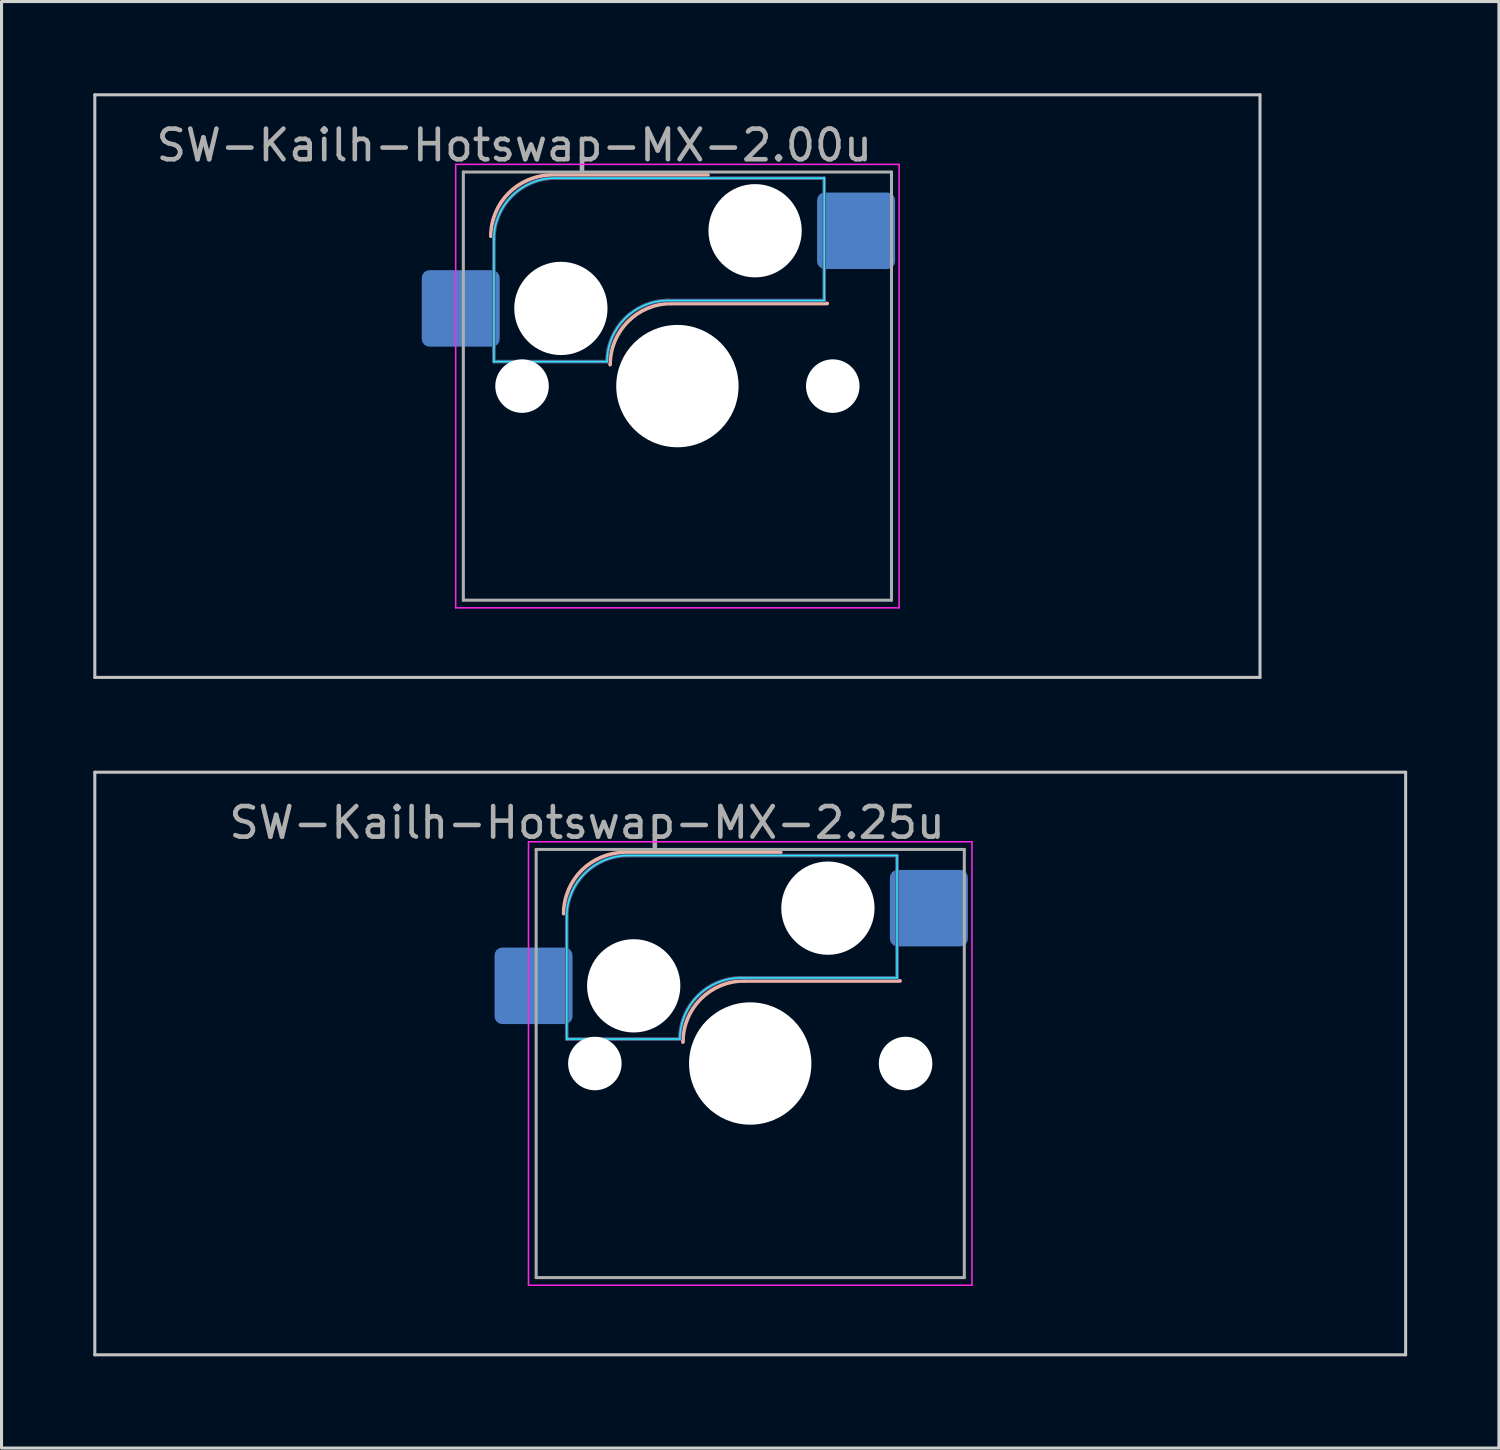
<source format=kicad_pcb>
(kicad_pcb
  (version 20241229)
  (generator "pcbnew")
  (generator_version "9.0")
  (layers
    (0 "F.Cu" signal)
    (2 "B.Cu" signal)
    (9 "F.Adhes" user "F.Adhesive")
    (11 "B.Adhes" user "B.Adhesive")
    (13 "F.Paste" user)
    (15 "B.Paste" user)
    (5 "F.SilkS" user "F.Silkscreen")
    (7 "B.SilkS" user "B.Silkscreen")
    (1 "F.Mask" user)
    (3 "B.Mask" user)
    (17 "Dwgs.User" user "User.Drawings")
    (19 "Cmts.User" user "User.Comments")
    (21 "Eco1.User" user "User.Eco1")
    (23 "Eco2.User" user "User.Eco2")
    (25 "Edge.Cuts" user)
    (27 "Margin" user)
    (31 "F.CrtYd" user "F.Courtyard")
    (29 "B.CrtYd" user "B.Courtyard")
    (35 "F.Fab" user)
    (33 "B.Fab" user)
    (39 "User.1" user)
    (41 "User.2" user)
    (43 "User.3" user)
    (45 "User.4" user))
  (footprint "SW-Kailh-Hotswap-MX-2.25u"
    (layer "F.Cu")
    (at 21.481 31.725)
    (property "Reference" "SW-Kailh-Hotswap-MX-2.25u" (at -5.334 -7.874 0) (layer "F.Fab") (effects (font (size 1 1) (thickness 0.15))))
    (attr smd)
    (fp_line (start -4.1 -6.9) (end 1 -6.9) (stroke (width 0.12) (type solid)) (layer "B.SilkS"))
    (fp_line (start -0.2 -2.7) (end 4.9 -2.7) (stroke (width 0.12) (type solid)) (layer "B.SilkS"))
    (fp_arc (start -6.1 -4.9) (mid -5.514214 -6.314214) (end -4.1 -6.9) (stroke (width 0.12) (type solid)) (layer "B.SilkS"))
    (fp_arc (start -2.2 -0.7) (mid -1.614214 -2.114214) (end -0.2 -2.7) (stroke (width 0.12) (type solid)) (layer "B.SilkS"))
    (fp_line (start -21.431 -9.525) (end -21.431 9.525) (stroke (width 0.1) (type solid)) (layer "Dwgs.User"))
    (fp_line (start -21.431 9.525) (end 21.431 9.525) (stroke (width 0.1) (type solid)) (layer "Dwgs.User"))
    (fp_line (start 21.431 -9.525) (end -21.431 -9.525) (stroke (width 0.1) (type solid)) (layer "Dwgs.User"))
    (fp_line (start 21.431 9.525) (end 21.431 -9.525) (stroke (width 0.1) (type solid)) (layer "Dwgs.User"))
    (fp_line (start -7.8 -6) (end -7 -6) (stroke (width 0.1) (type solid)) (layer "Eco1.User"))
    (fp_line (start -7.8 -2.9) (end -7.8 -6) (stroke (width 0.1) (type solid)) (layer "Eco1.User"))
    (fp_line (start -7.8 2.9) (end -7 2.9) (stroke (width 0.1) (type solid)) (layer "Eco1.User"))
    (fp_line (start -7.8 6) (end -7.8 2.9) (stroke (width 0.1) (type solid)) (layer "Eco1.User"))
    (fp_line (start -7 -7) (end 7 -7) (stroke (width 0.1) (type solid)) (layer "Eco1.User"))
    (fp_line (start -7 -6) (end -7 -7) (stroke (width 0.1) (type solid)) (layer "Eco1.User"))
    (fp_line (start -7 -2.9) (end -7.8 -2.9) (stroke (width 0.1) (type solid)) (layer "Eco1.User"))
    (fp_line (start -7 2.9) (end -7 -2.9) (stroke (width 0.1) (type solid)) (layer "Eco1.User"))
    (fp_line (start -7 6) (end -7.8 6) (stroke (width 0.1) (type solid)) (layer "Eco1.User"))
    (fp_line (start -7 7) (end -7 6) (stroke (width 0.1) (type solid)) (layer "Eco1.User"))
    (fp_line (start 7 -7) (end 7 -6) (stroke (width 0.1) (type solid)) (layer "Eco1.User"))
    (fp_line (start 7 -6) (end 7.8 -6) (stroke (width 0.1) (type solid)) (layer "Eco1.User"))
    (fp_line (start 7 -2.9) (end 7 2.9) (stroke (width 0.1) (type solid)) (layer "Eco1.User"))
    (fp_line (start 7 2.9) (end 7.8 2.9) (stroke (width 0.1) (type solid)) (layer "Eco1.User"))
    (fp_line (start 7 6) (end 7 7) (stroke (width 0.1) (type solid)) (layer "Eco1.User"))
    (fp_line (start 7 7) (end -7 7) (stroke (width 0.1) (type solid)) (layer "Eco1.User"))
    (fp_line (start 7.8 -6) (end 7.8 -2.9) (stroke (width 0.1) (type solid)) (layer "Eco1.User"))
    (fp_line (start 7.8 -2.9) (end 7 -2.9) (stroke (width 0.1) (type solid)) (layer "Eco1.User"))
    (fp_line (start 7.8 2.9) (end 7.8 6) (stroke (width 0.1) (type solid)) (layer "Eco1.User"))
    (fp_line (start 7.8 6) (end 7 6) (stroke (width 0.1) (type solid)) (layer "Eco1.User"))
    (fp_line (start -6 -0.8) (end -6 -4.8) (stroke (width 0.05) (type solid)) (layer "B.CrtYd"))
    (fp_line (start -6 -0.8) (end -2.3 -0.8) (stroke (width 0.05) (type solid)) (layer "B.CrtYd"))
    (fp_line (start -4 -6.8) (end 4.8 -6.8) (stroke (width 0.05) (type solid)) (layer "B.CrtYd"))
    (fp_line (start -0.3 -2.8) (end 4.8 -2.8) (stroke (width 0.05) (type solid)) (layer "B.CrtYd"))
    (fp_line (start 4.8 -6.8) (end 4.8 -2.8) (stroke (width 0.05) (type solid)) (layer "B.CrtYd"))
    (fp_arc (start -6 -4.8) (mid -5.414214 -6.214214) (end -4 -6.8) (stroke (width 0.05) (type solid)) (layer "B.CrtYd"))
    (fp_arc (start -2.3 -0.8) (mid -1.714214 -2.214214) (end -0.3 -2.8) (stroke (width 0.05) (type solid)) (layer "B.CrtYd"))
    (fp_line (start -7.25 -7.25) (end -7.25 7.25) (stroke (width 0.05) (type solid)) (layer "F.CrtYd"))
    (fp_line (start -7.25 7.25) (end 7.25 7.25) (stroke (width 0.05) (type solid)) (layer "F.CrtYd"))
    (fp_line (start 7.25 -7.25) (end -7.25 -7.25) (stroke (width 0.05) (type solid)) (layer "F.CrtYd"))
    (fp_line (start 7.25 7.25) (end 7.25 -7.25) (stroke (width 0.05) (type solid)) (layer "F.CrtYd"))
    (fp_line (start -6 -0.8) (end -6 -4.8) (stroke (width 0.12) (type solid)) (layer "B.Fab"))
    (fp_line (start -6 -0.8) (end -2.3 -0.8) (stroke (width 0.12) (type solid)) (layer "B.Fab"))
    (fp_line (start -4 -6.8) (end 4.8 -6.8) (stroke (width 0.12) (type solid)) (layer "B.Fab"))
    (fp_line (start -0.3 -2.8) (end 4.8 -2.8) (stroke (width 0.12) (type solid)) (layer "B.Fab"))
    (fp_line (start 4.8 -6.8) (end 4.8 -2.8) (stroke (width 0.12) (type solid)) (layer "B.Fab"))
    (fp_arc (start -6 -4.8) (mid -5.414214 -6.214214) (end -4 -6.8) (stroke (width 0.12) (type solid)) (layer "B.Fab"))
    (fp_arc (start -2.3 -0.8) (mid -1.714214 -2.214214) (end -0.3 -2.8) (stroke (width 0.12) (type solid)) (layer "B.Fab"))
    (fp_line (start -7 -7) (end -7 7) (stroke (width 0.1) (type solid)) (layer "F.Fab"))
    (fp_line (start -7 7) (end 7 7) (stroke (width 0.1) (type solid)) (layer "F.Fab"))
    (fp_line (start 7 -7) (end -7 -7) (stroke (width 0.1) (type solid)) (layer "F.Fab"))
    (fp_line (start 7 7) (end 7 -7) (stroke (width 0.1) (type solid)) (layer "F.Fab"))
    (pad "" np_thru_hole circle (at -5.08 0) (size 1.75 1.75) (drill 1.75) (layers "*.Cu" "*.Mask"))
    (pad "" np_thru_hole circle (at -3.81 -2.54) (size 3.05 3.05) (drill 3.05) (layers "*.Cu" "*.Mask"))
    (pad "" np_thru_hole circle (at 0 0) (size 4 4) (drill 4) (layers "*.Cu" "*.Mask"))
    (pad "" np_thru_hole circle (at 2.54 -5.08) (size 3.05 3.05) (drill 3.05) (layers "*.Cu" "*.Mask"))
    (pad "" np_thru_hole circle (at 5.08 0) (size 1.75 1.75) (drill 1.75) (layers "*.Cu" "*.Mask"))
    (pad "1" smd roundrect (at -7.085 -2.54) (size 2.55 2.5) (layers "B.Cu" "B.Mask" "B.Paste") (roundrect_rratio 0.1))
    (pad "2" smd roundrect (at 5.842 -5.08) (size 2.55 2.5) (layers "B.Cu" "B.Mask" "B.Paste") (roundrect_rratio 0.1)))
  (footprint "SW-Kailh-Hotswap-MX-2.00u"
    (layer "F.Cu")
    (at 19.1 9.575)
    (property "Reference" "SW-Kailh-Hotswap-MX-2.00u" (at -5.334 -7.874 0) (layer "F.Fab") (effects (font (size 1 1) (thickness 0.15))))
    (attr smd)
    (fp_line (start -4.1 -6.9) (end 1 -6.9) (stroke (width 0.12) (type solid)) (layer "B.SilkS"))
    (fp_line (start -0.2 -2.7) (end 4.9 -2.7) (stroke (width 0.12) (type solid)) (layer "B.SilkS"))
    (fp_arc (start -6.1 -4.9) (mid -5.514214 -6.314214) (end -4.1 -6.9) (stroke (width 0.12) (type solid)) (layer "B.SilkS"))
    (fp_arc (start -2.2 -0.7) (mid -1.614214 -2.114214) (end -0.2 -2.7) (stroke (width 0.12) (type solid)) (layer "B.SilkS"))
    (fp_line (start -19.05 -9.525) (end -19.05 9.525) (stroke (width 0.1) (type solid)) (layer "Dwgs.User"))
    (fp_line (start -19.05 9.525) (end 19.05 9.525) (stroke (width 0.1) (type solid)) (layer "Dwgs.User"))
    (fp_line (start 19.05 -9.525) (end -19.05 -9.525) (stroke (width 0.1) (type solid)) (layer "Dwgs.User"))
    (fp_line (start 19.05 9.525) (end 19.05 -9.525) (stroke (width 0.1) (type solid)) (layer "Dwgs.User"))
    (fp_line (start -7.8 -6) (end -7 -6) (stroke (width 0.1) (type solid)) (layer "Eco1.User"))
    (fp_line (start -7.8 -2.9) (end -7.8 -6) (stroke (width 0.1) (type solid)) (layer "Eco1.User"))
    (fp_line (start -7.8 2.9) (end -7 2.9) (stroke (width 0.1) (type solid)) (layer "Eco1.User"))
    (fp_line (start -7.8 6) (end -7.8 2.9) (stroke (width 0.1) (type solid)) (layer "Eco1.User"))
    (fp_line (start -7 -7) (end 7 -7) (stroke (width 0.1) (type solid)) (layer "Eco1.User"))
    (fp_line (start -7 -6) (end -7 -7) (stroke (width 0.1) (type solid)) (layer "Eco1.User"))
    (fp_line (start -7 -2.9) (end -7.8 -2.9) (stroke (width 0.1) (type solid)) (layer "Eco1.User"))
    (fp_line (start -7 2.9) (end -7 -2.9) (stroke (width 0.1) (type solid)) (layer "Eco1.User"))
    (fp_line (start -7 6) (end -7.8 6) (stroke (width 0.1) (type solid)) (layer "Eco1.User"))
    (fp_line (start -7 7) (end -7 6) (stroke (width 0.1) (type solid)) (layer "Eco1.User"))
    (fp_line (start 7 -7) (end 7 -6) (stroke (width 0.1) (type solid)) (layer "Eco1.User"))
    (fp_line (start 7 -6) (end 7.8 -6) (stroke (width 0.1) (type solid)) (layer "Eco1.User"))
    (fp_line (start 7 -2.9) (end 7 2.9) (stroke (width 0.1) (type solid)) (layer "Eco1.User"))
    (fp_line (start 7 2.9) (end 7.8 2.9) (stroke (width 0.1) (type solid)) (layer "Eco1.User"))
    (fp_line (start 7 6) (end 7 7) (stroke (width 0.1) (type solid)) (layer "Eco1.User"))
    (fp_line (start 7 7) (end -7 7) (stroke (width 0.1) (type solid)) (layer "Eco1.User"))
    (fp_line (start 7.8 -6) (end 7.8 -2.9) (stroke (width 0.1) (type solid)) (layer "Eco1.User"))
    (fp_line (start 7.8 -2.9) (end 7 -2.9) (stroke (width 0.1) (type solid)) (layer "Eco1.User"))
    (fp_line (start 7.8 2.9) (end 7.8 6) (stroke (width 0.1) (type solid)) (layer "Eco1.User"))
    (fp_line (start 7.8 6) (end 7 6) (stroke (width 0.1) (type solid)) (layer "Eco1.User"))
    (fp_line (start -6 -0.8) (end -6 -4.8) (stroke (width 0.05) (type solid)) (layer "B.CrtYd"))
    (fp_line (start -6 -0.8) (end -2.3 -0.8) (stroke (width 0.05) (type solid)) (layer "B.CrtYd"))
    (fp_line (start -4 -6.8) (end 4.8 -6.8) (stroke (width 0.05) (type solid)) (layer "B.CrtYd"))
    (fp_line (start -0.3 -2.8) (end 4.8 -2.8) (stroke (width 0.05) (type solid)) (layer "B.CrtYd"))
    (fp_line (start 4.8 -6.8) (end 4.8 -2.8) (stroke (width 0.05) (type solid)) (layer "B.CrtYd"))
    (fp_arc (start -6 -4.8) (mid -5.414214 -6.214214) (end -4 -6.8) (stroke (width 0.05) (type solid)) (layer "B.CrtYd"))
    (fp_arc (start -2.3 -0.8) (mid -1.714214 -2.214214) (end -0.3 -2.8) (stroke (width 0.05) (type solid)) (layer "B.CrtYd"))
    (fp_line (start -7.25 -7.25) (end -7.25 7.25) (stroke (width 0.05) (type solid)) (layer "F.CrtYd"))
    (fp_line (start -7.25 7.25) (end 7.25 7.25) (stroke (width 0.05) (type solid)) (layer "F.CrtYd"))
    (fp_line (start 7.25 -7.25) (end -7.25 -7.25) (stroke (width 0.05) (type solid)) (layer "F.CrtYd"))
    (fp_line (start 7.25 7.25) (end 7.25 -7.25) (stroke (width 0.05) (type solid)) (layer "F.CrtYd"))
    (fp_line (start -6 -0.8) (end -6 -4.8) (stroke (width 0.12) (type solid)) (layer "B.Fab"))
    (fp_line (start -6 -0.8) (end -2.3 -0.8) (stroke (width 0.12) (type solid)) (layer "B.Fab"))
    (fp_line (start -4 -6.8) (end 4.8 -6.8) (stroke (width 0.12) (type solid)) (layer "B.Fab"))
    (fp_line (start -0.3 -2.8) (end 4.8 -2.8) (stroke (width 0.12) (type solid)) (layer "B.Fab"))
    (fp_line (start 4.8 -6.8) (end 4.8 -2.8) (stroke (width 0.12) (type solid)) (layer "B.Fab"))
    (fp_arc (start -6 -4.8) (mid -5.414214 -6.214214) (end -4 -6.8) (stroke (width 0.12) (type solid)) (layer "B.Fab"))
    (fp_arc (start -2.3 -0.8) (mid -1.714214 -2.214214) (end -0.3 -2.8) (stroke (width 0.12) (type solid)) (layer "B.Fab"))
    (fp_line (start -7 -7) (end -7 7) (stroke (width 0.1) (type solid)) (layer "F.Fab"))
    (fp_line (start -7 7) (end 7 7) (stroke (width 0.1) (type solid)) (layer "F.Fab"))
    (fp_line (start 7 -7) (end -7 -7) (stroke (width 0.1) (type solid)) (layer "F.Fab"))
    (fp_line (start 7 7) (end 7 -7) (stroke (width 0.1) (type solid)) (layer "F.Fab"))
    (pad "" np_thru_hole circle (at -5.08 0) (size 1.75 1.75) (drill 1.75) (layers "*.Cu" "*.Mask"))
    (pad "" np_thru_hole circle (at -3.81 -2.54) (size 3.05 3.05) (drill 3.05) (layers "*.Cu" "*.Mask"))
    (pad "" np_thru_hole circle (at 0 0) (size 4 4) (drill 4) (layers "*.Cu" "*.Mask"))
    (pad "" np_thru_hole circle (at 2.54 -5.08) (size 3.05 3.05) (drill 3.05) (layers "*.Cu" "*.Mask"))
    (pad "" np_thru_hole circle (at 5.08 0) (size 1.75 1.75) (drill 1.75) (layers "*.Cu" "*.Mask"))
    (pad "1" smd roundrect (at -7.085 -2.54) (size 2.55 2.5) (layers "B.Cu" "B.Mask" "B.Paste") (roundrect_rratio 0.1))
    (pad "2" smd roundrect (at 5.842 -5.08) (size 2.55 2.5) (layers "B.Cu" "B.Mask" "B.Paste") (roundrect_rratio 0.1)))
  (gr_rect
    (start -3 -3)
    (end 45.962 44.3)
    (stroke (width 0.1) (type default))
    (fill no)
    (layer "Edge.Cuts")))
</source>
